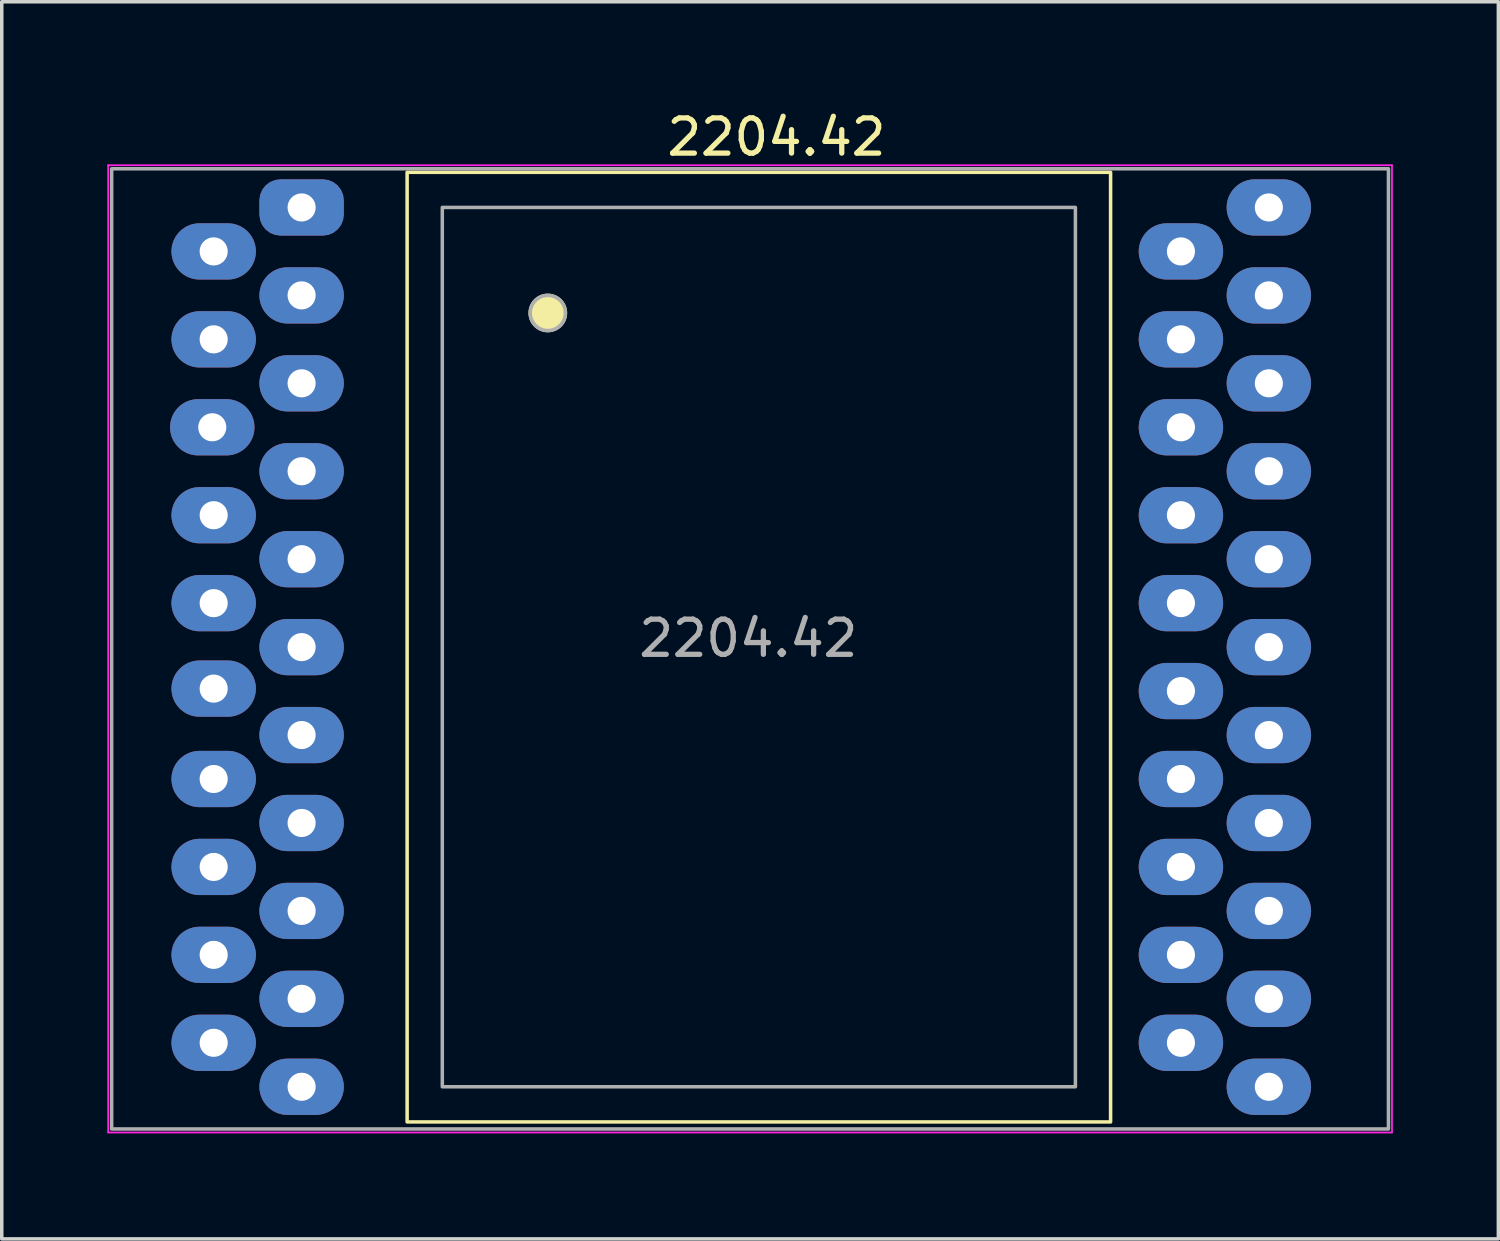
<source format=kicad_pcb>
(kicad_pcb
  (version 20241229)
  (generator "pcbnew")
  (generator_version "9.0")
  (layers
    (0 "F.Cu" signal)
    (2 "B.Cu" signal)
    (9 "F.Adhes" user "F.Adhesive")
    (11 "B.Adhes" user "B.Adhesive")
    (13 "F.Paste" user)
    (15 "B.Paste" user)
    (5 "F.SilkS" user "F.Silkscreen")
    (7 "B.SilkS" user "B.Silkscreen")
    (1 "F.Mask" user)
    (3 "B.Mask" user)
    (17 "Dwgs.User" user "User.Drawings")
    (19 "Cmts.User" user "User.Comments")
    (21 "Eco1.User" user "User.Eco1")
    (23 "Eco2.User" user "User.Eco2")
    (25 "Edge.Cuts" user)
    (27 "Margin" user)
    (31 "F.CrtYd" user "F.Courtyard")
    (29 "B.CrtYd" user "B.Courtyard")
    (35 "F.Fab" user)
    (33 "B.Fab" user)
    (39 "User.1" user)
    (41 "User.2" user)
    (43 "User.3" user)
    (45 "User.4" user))
  (footprint "2204.42"
    (layer "F.Cu")
    (at 5.525 2.848)
    (property "Reference" "2204.42" (at 13.5 -2 0) (layer "F.SilkS") (effects (font (size 1 1) (thickness 0.15))))
    (attr through_hole)
    (fp_rect (start 3 -1) (end 23 26) (stroke (width 0.1) (type default)) (fill no) (layer "F.SilkS"))
    (fp_circle (center 7 3) (end 7.5 3) (stroke (width 0.1) (type solid)) (fill yes) (layer "F.SilkS"))
    (fp_line (start -5.5 -1.2) (end -5.5 26.3) (stroke (width 0.05) (type solid)) (layer "F.CrtYd"))
    (fp_line (start -5.5 26.3) (end 31 26.3) (stroke (width 0.05) (type solid)) (layer "F.CrtYd"))
    (fp_line (start 31 -1.2) (end -5.5 -1.2) (stroke (width 0.05) (type solid)) (layer "F.CrtYd"))
    (fp_line (start 31 26.3) (end 31 -1.2) (stroke (width 0.05) (type solid)) (layer "F.CrtYd"))
    (fp_rect (start -5.4 -1.1) (end 30.9 26.2) (stroke (width 0.1) (type default)) (fill no) (layer "F.Fab"))
    (fp_rect (start 4 0) (end 22 25) (stroke (width 0.1) (type default)) (fill no) (layer "F.Fab"))
    (fp_circle (center 7 3) (end 7.5 3) (stroke (width 0.1) (type default)) (fill no) (layer "F.Fab"))
    (fp_text user "${REFERENCE}" (at 12.7 12.25 0) (layer "F.Fab") (effects (font (size 1 1) (thickness 0.15))))
    (pad "1" thru_hole roundrect (at 0 0) (size 2.4 1.6) (drill 0.8) (layers "*.Cu" "*.Mask") (roundrect_rratio 0.375))
    (pad "2" thru_hole oval (at -2.5 1.25) (size 2.4 1.6) (drill 0.8) (layers "*.Cu" "*.Mask"))
    (pad "3" thru_hole oval (at 0 2.5) (size 2.4 1.6) (drill 0.8) (layers "*.Cu" "*.Mask"))
    (pad "4" thru_hole oval (at -2.5 3.75) (size 2.4 1.6) (drill 0.8) (layers "*.Cu" "*.Mask"))
    (pad "5" thru_hole oval (at 0 5) (size 2.4 1.6) (drill 0.8) (layers "*.Cu" "*.Mask"))
    (pad "6" thru_hole oval (at -2.54 6.25) (size 2.4 1.6) (drill 0.8) (layers "*.Cu" "*.Mask"))
    (pad "7" thru_hole oval (at 0 7.5) (size 2.4 1.6) (drill 0.8) (layers "*.Cu" "*.Mask"))
    (pad "8" thru_hole oval (at -2.5 8.75) (size 2.4 1.6) (drill 0.8) (layers "*.Cu" "*.Mask"))
    (pad "9" thru_hole oval (at 0 10) (size 2.4 1.6) (drill 0.8) (layers "*.Cu" "*.Mask"))
    (pad "10" thru_hole oval (at -2.5 11.25) (size 2.4 1.6) (drill 0.8) (layers "*.Cu" "*.Mask"))
    (pad "11" thru_hole oval (at 0 12.5) (size 2.4 1.6) (drill 0.8) (layers "*.Cu" "*.Mask"))
    (pad "12" thru_hole oval (at -2.5 13.68) (size 2.4 1.6) (drill 0.8) (layers "*.Cu" "*.Mask"))
    (pad "13" thru_hole oval (at 0 15) (size 2.4 1.6) (drill 0.8) (layers "*.Cu" "*.Mask"))
    (pad "14" thru_hole oval (at -2.5 16.25) (size 2.4 1.6) (drill 0.8) (layers "*.Cu" "*.Mask"))
    (pad "15" thru_hole oval (at 0 17.5) (size 2.4 1.6) (drill 0.8) (layers "*.Cu" "*.Mask"))
    (pad "16" thru_hole oval (at -2.5 18.75) (size 2.4 1.6) (drill 0.8) (layers "*.Cu" "*.Mask"))
    (pad "17" thru_hole oval (at 0 20) (size 2.4 1.6) (drill 0.8) (layers "*.Cu" "*.Mask"))
    (pad "18" thru_hole oval (at -2.5 21.25) (size 2.4 1.6) (drill 0.8) (layers "*.Cu" "*.Mask"))
    (pad "19" thru_hole oval (at 0 22.5) (size 2.4 1.6) (drill 0.8) (layers "*.Cu" "*.Mask"))
    (pad "20" thru_hole oval (at -2.5 23.75) (size 2.4 1.6) (drill 0.8) (layers "*.Cu" "*.Mask"))
    (pad "21" thru_hole oval (at 0 25) (size 2.4 1.6) (drill 0.8) (layers "*.Cu" "*.Mask"))
    (pad "22" thru_hole oval (at 27.5 25) (size 2.4 1.6) (drill 0.8) (layers "*.Cu" "*.Mask"))
    (pad "23" thru_hole oval (at 25 23.75) (size 2.4 1.6) (drill 0.8) (layers "*.Cu" "*.Mask"))
    (pad "24" thru_hole oval (at 27.5 22.5) (size 2.4 1.6) (drill 0.8) (layers "*.Cu" "*.Mask"))
    (pad "25" thru_hole oval (at 25 21.25) (size 2.4 1.6) (drill 0.8) (layers "*.Cu" "*.Mask"))
    (pad "26" thru_hole oval (at 27.5 20) (size 2.4 1.6) (drill 0.8) (layers "*.Cu" "*.Mask"))
    (pad "27" thru_hole oval (at 25 18.75) (size 2.4 1.6) (drill 0.8) (layers "*.Cu" "*.Mask"))
    (pad "28" thru_hole oval (at 27.5 17.5) (size 2.4 1.6) (drill 0.8) (layers "*.Cu" "*.Mask"))
    (pad "29" thru_hole oval (at 25 16.25) (size 2.4 1.6) (drill 0.8) (layers "*.Cu" "*.Mask"))
    (pad "30" thru_hole oval (at 27.5 15) (size 2.4 1.6) (drill 0.8) (layers "*.Cu" "*.Mask"))
    (pad "31" thru_hole oval (at 25 13.75) (size 2.4 1.6) (drill 0.8) (layers "*.Cu" "*.Mask"))
    (pad "32" thru_hole oval (at 27.5 12.5) (size 2.4 1.6) (drill 0.8) (layers "*.Cu" "*.Mask"))
    (pad "33" thru_hole oval (at 25 11.25) (size 2.4 1.6) (drill 0.8) (layers "*.Cu" "*.Mask"))
    (pad "34" thru_hole oval (at 27.5 10) (size 2.4 1.6) (drill 0.8) (layers "*.Cu" "*.Mask"))
    (pad "35" thru_hole oval (at 25 8.75) (size 2.4 1.6) (drill 0.8) (layers "*.Cu" "*.Mask"))
    (pad "36" thru_hole oval (at 27.5 7.5) (size 2.4 1.6) (drill 0.8) (layers "*.Cu" "*.Mask"))
    (pad "37" thru_hole oval (at 25 6.25) (size 2.4 1.6) (drill 0.8) (layers "*.Cu" "*.Mask"))
    (pad "38" thru_hole oval (at 27.5 5) (size 2.4 1.6) (drill 0.8) (layers "*.Cu" "*.Mask"))
    (pad "39" thru_hole oval (at 25 3.75) (size 2.4 1.6) (drill 0.8) (layers "*.Cu" "*.Mask"))
    (pad "40" thru_hole oval (at 27.5 2.5) (size 2.4 1.6) (drill 0.8) (layers "*.Cu" "*.Mask"))
    (pad "41" thru_hole oval (at 25 1.25) (size 2.4 1.6) (drill 0.8) (layers "*.Cu" "*.Mask"))
    (pad "42" thru_hole oval (at 27.5 0) (size 2.4 1.6) (drill 0.8) (layers "*.Cu" "*.Mask")))
  (gr_rect
    (start -3 -3)
    (end 39.55 32.173)
    (stroke (width 0.1) (type default))
    (fill no)
    (layer "Edge.Cuts")))
</source>
